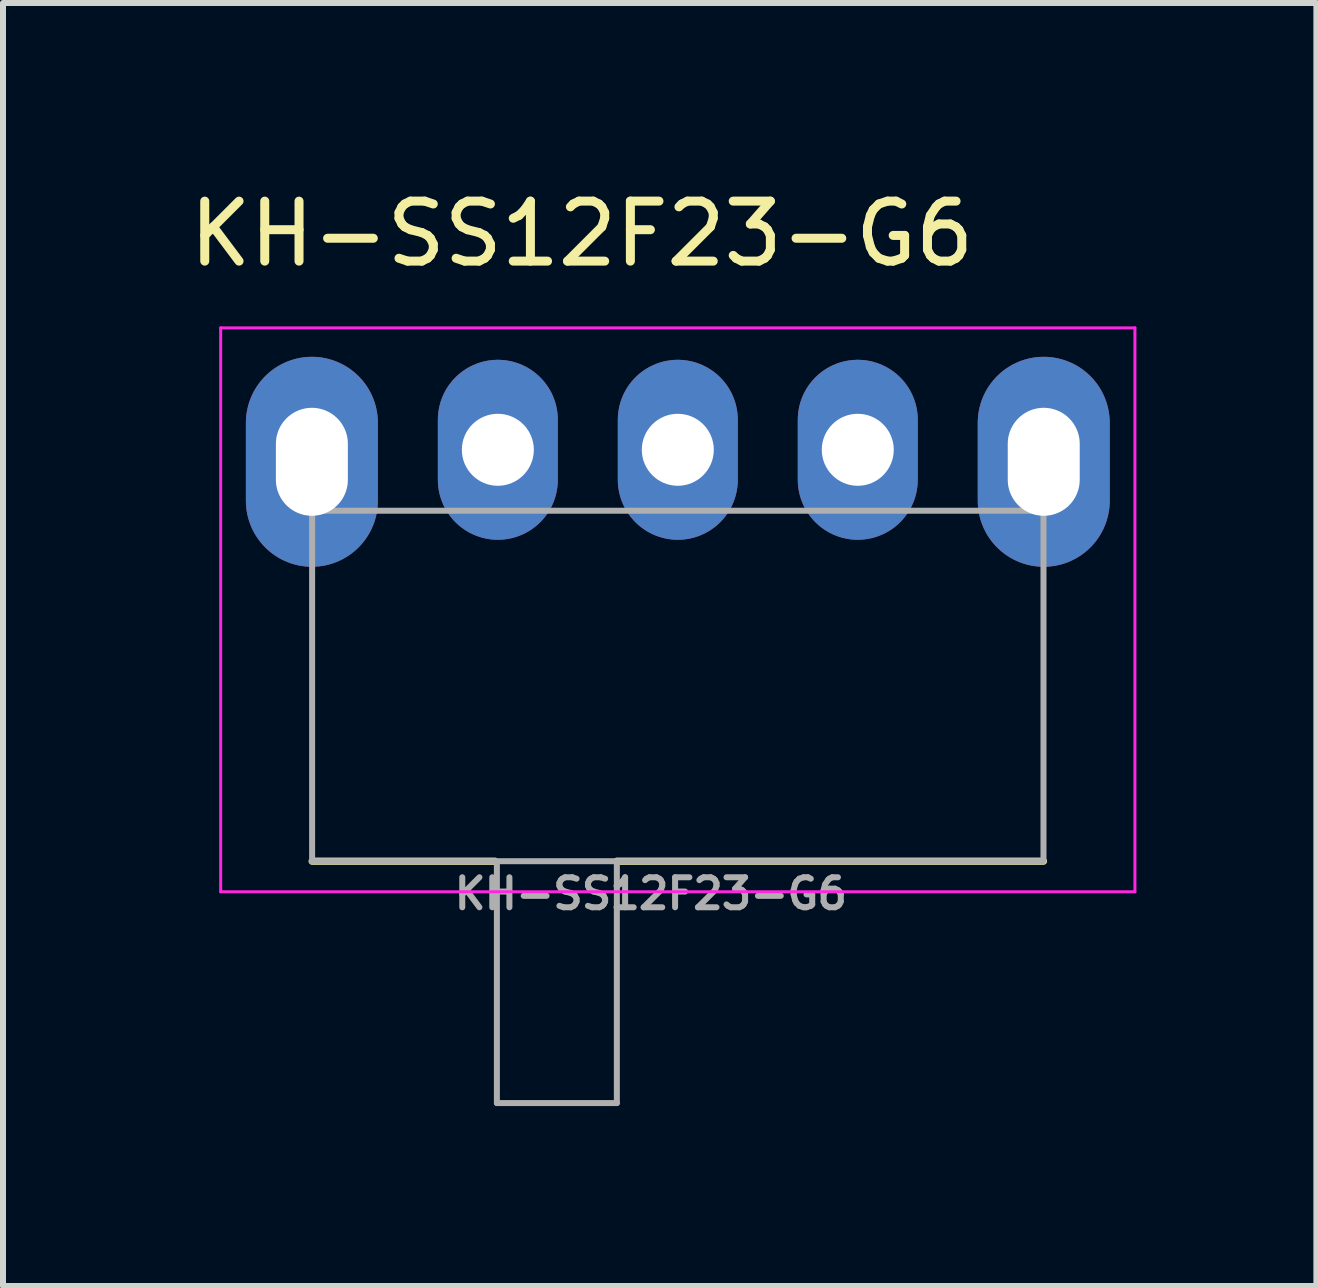
<source format=kicad_pcb>
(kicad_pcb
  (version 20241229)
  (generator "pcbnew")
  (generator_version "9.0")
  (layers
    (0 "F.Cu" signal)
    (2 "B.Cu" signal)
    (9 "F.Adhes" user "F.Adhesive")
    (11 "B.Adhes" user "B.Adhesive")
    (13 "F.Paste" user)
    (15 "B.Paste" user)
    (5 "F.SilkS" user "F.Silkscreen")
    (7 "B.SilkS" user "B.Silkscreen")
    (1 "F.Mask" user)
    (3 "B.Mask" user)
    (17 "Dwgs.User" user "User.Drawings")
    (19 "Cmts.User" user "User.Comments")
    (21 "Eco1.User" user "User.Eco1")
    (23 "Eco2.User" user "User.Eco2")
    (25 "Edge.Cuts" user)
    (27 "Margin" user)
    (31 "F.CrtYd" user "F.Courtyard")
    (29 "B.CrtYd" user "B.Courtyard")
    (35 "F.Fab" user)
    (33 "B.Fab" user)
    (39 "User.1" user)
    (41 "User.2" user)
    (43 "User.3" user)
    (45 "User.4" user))
  (footprint "KH-SS12F23-G6"
    (layer "F.Cu")
    (at 5.249 4.448)
    (property "Reference" "KH-SS12F23-G6" (at 1.4 -3.6 180) (layer "F.SilkS") (effects (font (size 1 1) (thickness 0.15))))
    (attr through_hole)
    (fp_line (start -3.096 6.858) (end -0.048 6.858) (stroke (width 0.12) (type solid)) (layer "F.SilkS"))
    (fp_line (start 1.984 6.858) (end 9.096 6.858) (stroke (width 0.12) (type solid)) (layer "F.SilkS"))
    (fp_line (start -4.62 -2.032) (end 10.62 -2.032) (stroke (width 0.05) (type solid)) (layer "F.CrtYd"))
    (fp_line (start -4.62 7.368) (end -4.62 -2.032) (stroke (width 0.05) (type solid)) (layer "F.CrtYd"))
    (fp_line (start 10.62 -2.032) (end 10.62 7.368) (stroke (width 0.05) (type solid)) (layer "F.CrtYd"))
    (fp_line (start 10.62 7.368) (end -4.62 7.368) (stroke (width 0.05) (type solid)) (layer "F.CrtYd"))
    (fp_line (start -3.096 1.016) (end -3.096 6.858) (stroke (width 0.1) (type solid)) (layer "F.Fab"))
    (fp_line (start -3.096 1.016) (end 9.096 1.016) (stroke (width 0.1) (type solid)) (layer "F.Fab"))
    (fp_line (start -3.096 6.858) (end 9.096 6.858) (stroke (width 0.1) (type solid)) (layer "F.Fab"))
    (fp_line (start -0.016 10.89) (end -0.016 6.89) (stroke (width 0.1) (type solid)) (layer "F.Fab"))
    (fp_line (start 1.984 6.89) (end 1.984 10.89) (stroke (width 0.1) (type solid)) (layer "F.Fab"))
    (fp_line (start 1.984 10.89) (end -0.016 10.89) (stroke (width 0.1) (type solid)) (layer "F.Fab"))
    (fp_line (start 9.096 6.85) (end 9.096 1.016) (stroke (width 0.1) (type solid)) (layer "F.Fab"))
    (fp_text user "${REFERENCE}" (at 2.55 7.4 180) (layer "F.Fab") (effects (font (size 0.5 0.5) (thickness 0.1))))
    (pad "1" thru_hole oval (at 0 0) (size 2 3) (drill 1.2) (layers "*.Cu" "*.Mask"))
    (pad "2" thru_hole oval (at 3 0) (size 2 3) (drill 1.2) (layers "*.Cu" "*.Mask"))
    (pad "3" thru_hole oval (at 6 0) (size 2 3) (drill 1.2) (layers "*.Cu" "*.Mask"))
    (pad "4" thru_hole oval (at 9.1 0.2) (size 2.2 3.5) (drill oval 1.2 1.8) (layers "*.Cu" "*.Mask"))
    (pad "5" thru_hole oval (at -3.1 0.2) (size 2.2 3.5) (drill oval 1.2 1.8) (layers "*.Cu" "*.Mask")))
  (gr_rect
    (start -3 -3)
    (end 18.894 18.388)
    (stroke (width 0.1) (type default))
    (fill no)
    (layer "Edge.Cuts")))
</source>
